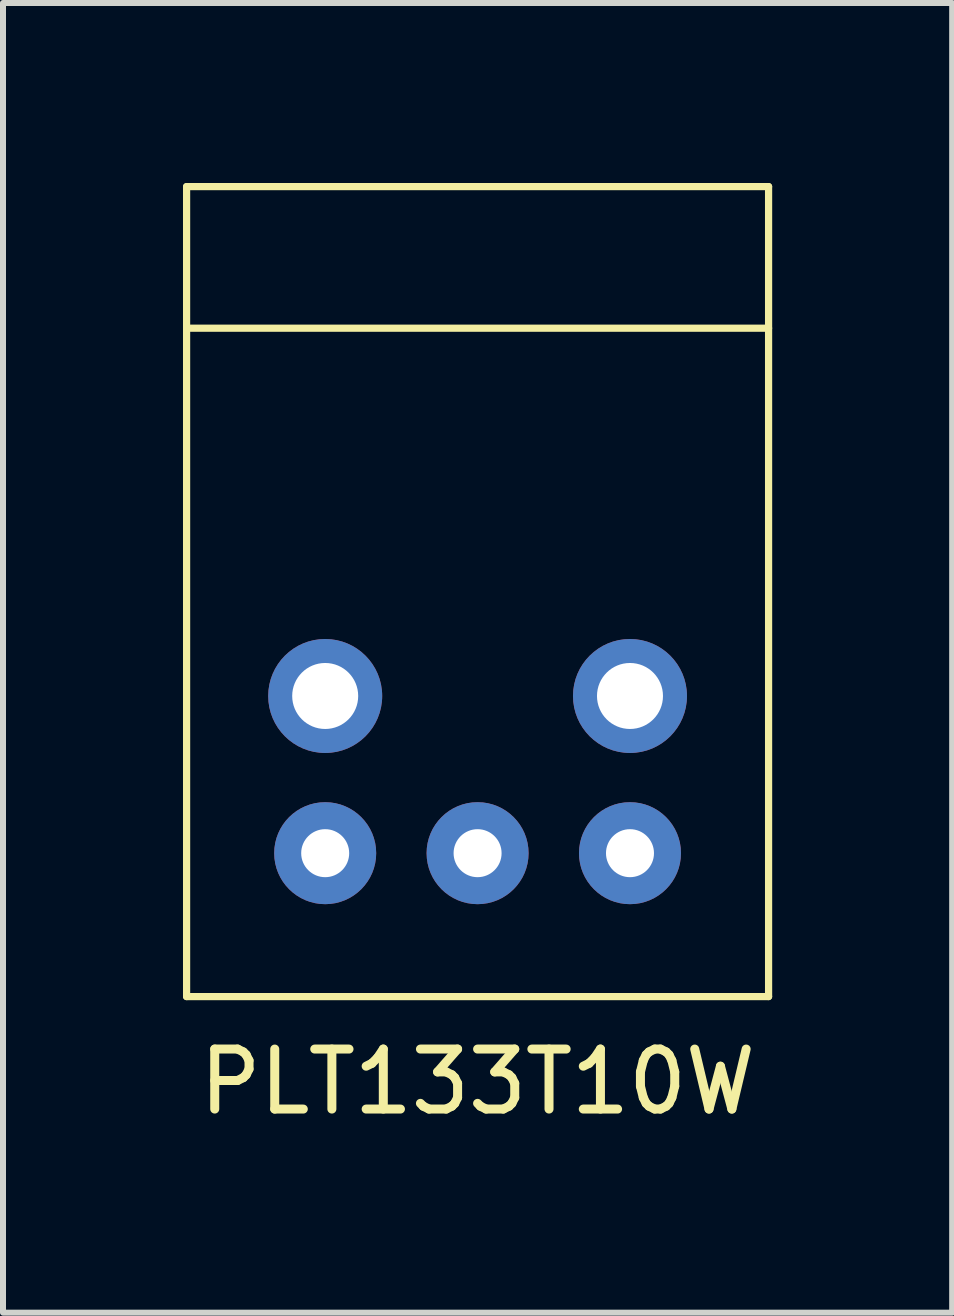
<source format=kicad_pcb>
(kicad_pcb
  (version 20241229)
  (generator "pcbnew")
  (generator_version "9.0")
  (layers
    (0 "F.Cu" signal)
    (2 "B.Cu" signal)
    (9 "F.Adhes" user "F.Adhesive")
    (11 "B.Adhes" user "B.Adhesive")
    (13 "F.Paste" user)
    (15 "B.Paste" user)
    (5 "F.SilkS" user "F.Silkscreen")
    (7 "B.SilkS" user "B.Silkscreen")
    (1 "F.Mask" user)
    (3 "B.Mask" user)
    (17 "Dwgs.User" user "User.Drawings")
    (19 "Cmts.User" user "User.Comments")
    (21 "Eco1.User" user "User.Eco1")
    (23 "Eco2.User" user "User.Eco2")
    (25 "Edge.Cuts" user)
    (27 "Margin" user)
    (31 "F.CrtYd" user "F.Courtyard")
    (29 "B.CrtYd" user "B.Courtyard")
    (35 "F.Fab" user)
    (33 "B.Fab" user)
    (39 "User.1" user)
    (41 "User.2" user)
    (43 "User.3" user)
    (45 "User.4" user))
  (footprint "PLT133T10W"
    (layer "F.Cu")
    (at 4.91 11.17)
    (property "Reference" "PLT133T10W" (at 0 3.81 0) (layer "F.SilkS") (effects (font (size 1 1) (thickness 0.15))))
    (attr through_hole)
    (fp_line (start -4.85 -11.11) (end -4.85 2.39) (stroke (width 0.12) (type solid)) (layer "F.SilkS"))
    (fp_line (start -4.85 -11.11) (end 4.85 -11.11) (stroke (width 0.12) (type solid)) (layer "F.SilkS"))
    (fp_line (start -4.85 -8.75) (end 4.85 -8.75) (stroke (width 0.12) (type solid)) (layer "F.SilkS"))
    (fp_line (start -4.85 2.39) (end 4.85 2.39) (stroke (width 0.12) (type solid)) (layer "F.SilkS"))
    (fp_line (start 4.85 -11.11) (end 4.85 2.39) (stroke (width 0.12) (type solid)) (layer "F.SilkS"))
    (pad "" thru_hole circle (at -2.54 -2.62) (size 1.9 1.9) (drill 1.1) (layers "*.Cu" "*.Mask"))
    (pad "" thru_hole circle (at 2.54 -2.62) (size 1.9 1.9) (drill 1.1) (layers "*.Cu" "*.Mask"))
    (pad "1" thru_hole circle (at 2.54 0) (size 1.7 1.7) (drill 0.8) (layers "*.Cu" "*.Mask"))
    (pad "2" thru_hole circle (at 0 0) (size 1.7 1.7) (drill 0.8) (layers "*.Cu" "*.Mask"))
    (pad "3" thru_hole circle (at -2.54 0) (size 1.7 1.7) (drill 0.8) (layers "*.Cu" "*.Mask")))
  (gr_rect
    (start -3 -3)
    (end 12.82 18.828)
    (stroke (width 0.1) (type default))
    (fill no)
    (layer "Edge.Cuts")))
</source>
